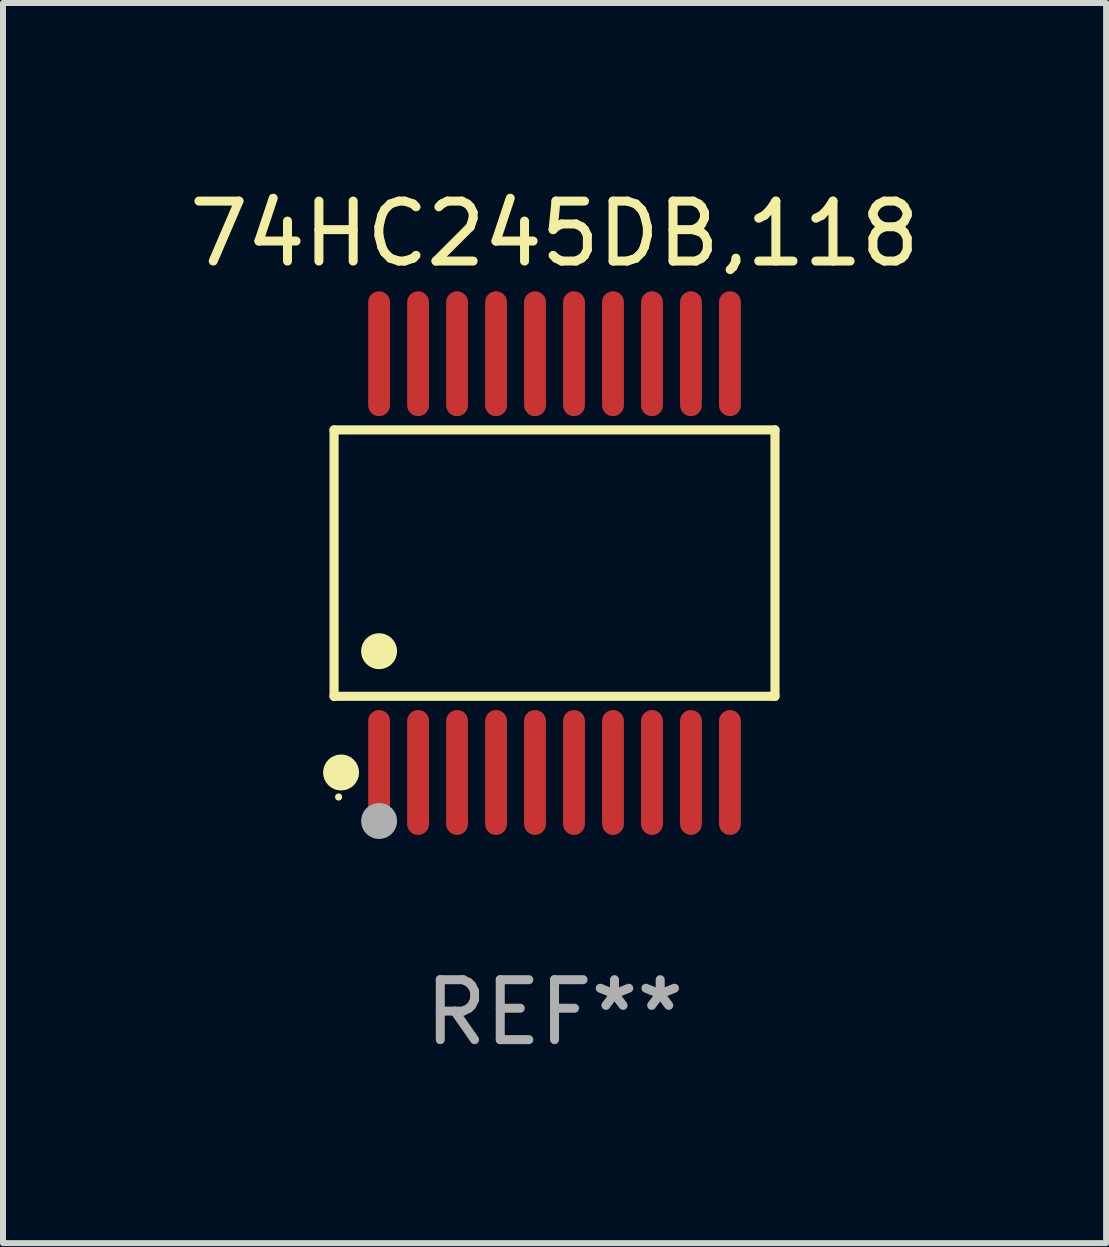
<source format=kicad_pcb>
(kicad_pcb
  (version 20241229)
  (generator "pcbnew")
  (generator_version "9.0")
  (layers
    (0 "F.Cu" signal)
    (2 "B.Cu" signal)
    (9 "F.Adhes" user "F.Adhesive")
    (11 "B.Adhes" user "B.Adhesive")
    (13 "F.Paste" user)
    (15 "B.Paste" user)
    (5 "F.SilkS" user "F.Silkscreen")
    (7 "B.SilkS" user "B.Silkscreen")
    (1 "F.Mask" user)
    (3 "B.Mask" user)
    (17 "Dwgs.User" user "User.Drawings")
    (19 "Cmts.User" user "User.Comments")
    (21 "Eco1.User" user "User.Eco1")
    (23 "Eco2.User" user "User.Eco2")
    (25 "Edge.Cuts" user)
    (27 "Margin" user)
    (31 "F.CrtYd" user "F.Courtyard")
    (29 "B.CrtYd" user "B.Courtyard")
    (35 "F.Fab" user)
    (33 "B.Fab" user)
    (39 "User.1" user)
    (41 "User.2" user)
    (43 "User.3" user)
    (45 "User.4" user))
  (footprint "74HC245DB,118"
    (layer "F.Cu")
    (at 6.196 6.339)
    (property "Reference" "74HC245DB,118" (at 0 -5.491 0) (layer "F.SilkS") (effects (font (size 1 1) (thickness 0.15))))
    (attr through_hole)
    (fp_line (start -3.676 -2.221) (end 3.676 -2.221) (stroke (width 0.152) (type solid)) (layer "F.SilkS"))
    (fp_line (start -3.676 2.221) (end -3.676 -2.221) (stroke (width 0.152) (type solid)) (layer "F.SilkS"))
    (fp_line (start 3.676 -2.221) (end 3.676 2.221) (stroke (width 0.152) (type solid)) (layer "F.SilkS"))
    (fp_line (start 3.676 2.221) (end -3.676 2.221) (stroke (width 0.152) (type solid)) (layer "F.SilkS"))
    (fp_circle (center -3.6 3.9) (end -3.57 3.9) (stroke (width 0.06) (type solid)) (fill no) (layer "F.SilkS"))
    (fp_circle (center -3.559 3.491) (end -3.409 3.491) (stroke (width 0.3) (type solid)) (fill no) (layer "F.SilkS"))
    (fp_circle (center -2.925 1.469) (end -2.775 1.469) (stroke (width 0.3) (type solid)) (fill no) (layer "F.SilkS"))
    (fp_circle (center -2.925 4.3) (end -2.775 4.3) (stroke (width 0.3) (type solid)) (fill no) (layer "F.Fab"))
    (fp_text user "REF**" (at 0 7.491 0) (layer "F.Fab") (effects (font (size 1 1) (thickness 0.15))))
    (pad "1" smd oval (at -2.925 3.491) (size 0.364 2.082) (layers "F.Cu" "F.Mask" "F.Paste"))
    (pad "2" smd oval (at -2.275 3.491) (size 0.364 2.082) (layers "F.Cu" "F.Mask" "F.Paste"))
    (pad "3" smd oval (at -1.625 3.491) (size 0.364 2.082) (layers "F.Cu" "F.Mask" "F.Paste"))
    (pad "4" smd oval (at -0.975 3.491) (size 0.364 2.082) (layers "F.Cu" "F.Mask" "F.Paste"))
    (pad "5" smd oval (at -0.325 3.491) (size 0.364 2.082) (layers "F.Cu" "F.Mask" "F.Paste"))
    (pad "6" smd oval (at 0.325 3.491) (size 0.364 2.082) (layers "F.Cu" "F.Mask" "F.Paste"))
    (pad "7" smd oval (at 0.975 3.491) (size 0.364 2.082) (layers "F.Cu" "F.Mask" "F.Paste"))
    (pad "8" smd oval (at 1.625 3.491) (size 0.364 2.082) (layers "F.Cu" "F.Mask" "F.Paste"))
    (pad "9" smd oval (at 2.275 3.491) (size 0.364 2.082) (layers "F.Cu" "F.Mask" "F.Paste"))
    (pad "10" smd oval (at 2.925 3.491) (size 0.364 2.082) (layers "F.Cu" "F.Mask" "F.Paste"))
    (pad "11" smd oval (at 2.925 -3.491) (size 0.364 2.082) (layers "F.Cu" "F.Mask" "F.Paste"))
    (pad "12" smd oval (at 2.275 -3.491) (size 0.364 2.082) (layers "F.Cu" "F.Mask" "F.Paste"))
    (pad "13" smd oval (at 1.625 -3.491) (size 0.364 2.082) (layers "F.Cu" "F.Mask" "F.Paste"))
    (pad "14" smd oval (at 0.975 -3.491) (size 0.364 2.082) (layers "F.Cu" "F.Mask" "F.Paste"))
    (pad "15" smd oval (at 0.325 -3.491) (size 0.364 2.082) (layers "F.Cu" "F.Mask" "F.Paste"))
    (pad "16" smd oval (at -0.325 -3.491) (size 0.364 2.082) (layers "F.Cu" "F.Mask" "F.Paste"))
    (pad "17" smd oval (at -0.975 -3.491) (size 0.364 2.082) (layers "F.Cu" "F.Mask" "F.Paste"))
    (pad "18" smd oval (at -1.625 -3.491) (size 0.364 2.082) (layers "F.Cu" "F.Mask" "F.Paste"))
    (pad "19" smd oval (at -2.275 -3.491) (size 0.364 2.082) (layers "F.Cu" "F.Mask" "F.Paste"))
    (pad "20" smd oval (at -2.925 -3.491) (size 0.364 2.082) (layers "F.Cu" "F.Mask" "F.Paste")))
  (gr_rect
    (start -3 -3)
    (end 15.393 17.678)
    (stroke (width 0.1) (type default))
    (fill no)
    (layer "Edge.Cuts")))
</source>
